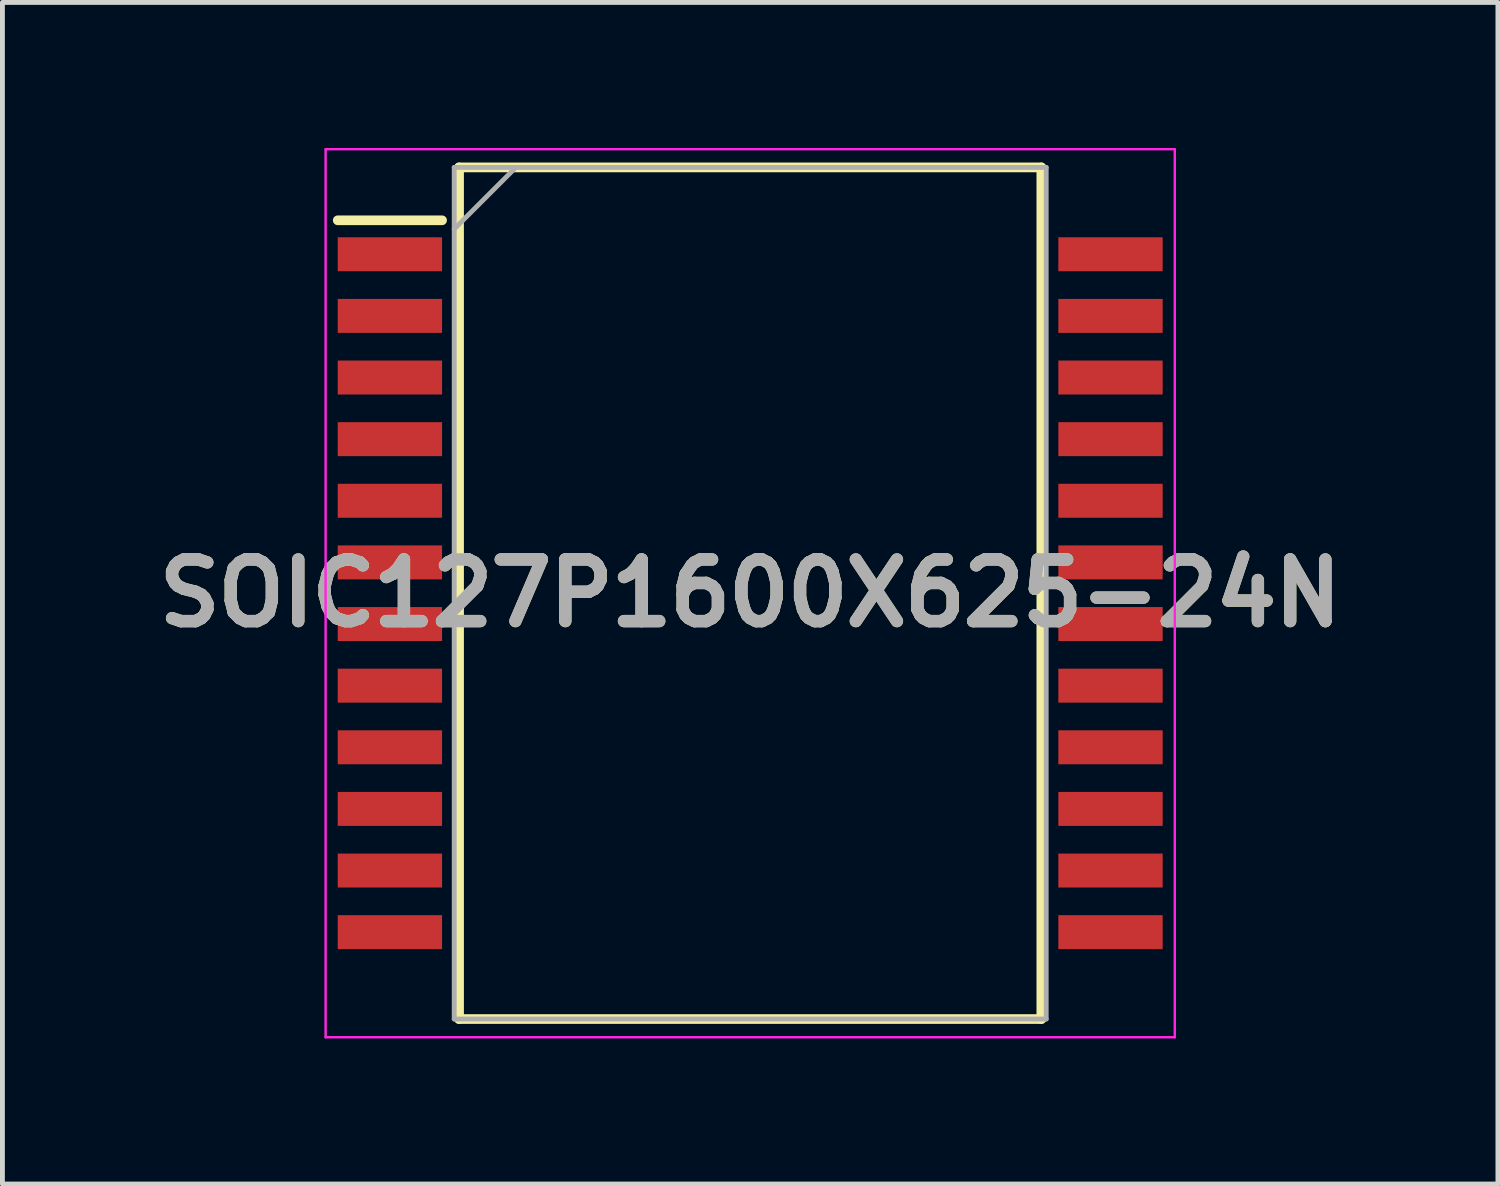
<source format=kicad_pcb>
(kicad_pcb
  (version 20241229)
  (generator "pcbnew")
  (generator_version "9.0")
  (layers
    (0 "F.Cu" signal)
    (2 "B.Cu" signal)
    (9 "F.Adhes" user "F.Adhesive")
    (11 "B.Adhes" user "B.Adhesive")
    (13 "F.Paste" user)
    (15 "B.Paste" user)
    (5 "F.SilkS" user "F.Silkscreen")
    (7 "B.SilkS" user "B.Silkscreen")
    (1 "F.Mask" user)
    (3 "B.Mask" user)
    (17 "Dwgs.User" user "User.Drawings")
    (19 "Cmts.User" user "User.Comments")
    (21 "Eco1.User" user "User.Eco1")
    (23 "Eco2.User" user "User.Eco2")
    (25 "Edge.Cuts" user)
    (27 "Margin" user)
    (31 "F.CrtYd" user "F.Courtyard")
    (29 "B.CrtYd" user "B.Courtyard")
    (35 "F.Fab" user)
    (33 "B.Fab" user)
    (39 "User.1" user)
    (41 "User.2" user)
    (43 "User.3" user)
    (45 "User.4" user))
  (footprint "SOIC127P1600X625-24N"
    (layer "F.Cu")
    (at 12.41 9.175)
    (property "Reference" "SOIC127P1600X625-24N" (at 0 0 0) (layer "F.SilkS") (effects (font (size 1.27 1.27) (thickness 0.254))))
    (attr smd)
    (fp_line (start -8.5 -7.685) (end -6.35 -7.685) (stroke (width 0.2) (type solid)) (layer "F.SilkS"))
    (fp_line (start -6 -8.775) (end 6 -8.775) (stroke (width 0.2) (type solid)) (layer "F.SilkS"))
    (fp_line (start -6 8.775) (end -6 -8.775) (stroke (width 0.2) (type solid)) (layer "F.SilkS"))
    (fp_line (start 6 -8.775) (end 6 8.775) (stroke (width 0.2) (type solid)) (layer "F.SilkS"))
    (fp_line (start 6 8.775) (end -6 8.775) (stroke (width 0.2) (type solid)) (layer "F.SilkS"))
    (fp_line (start -8.75 -9.15) (end 8.75 -9.15) (stroke (width 0.05) (type solid)) (layer "F.CrtYd"))
    (fp_line (start -8.75 9.15) (end -8.75 -9.15) (stroke (width 0.05) (type solid)) (layer "F.CrtYd"))
    (fp_line (start 8.75 -9.15) (end 8.75 9.15) (stroke (width 0.05) (type solid)) (layer "F.CrtYd"))
    (fp_line (start 8.75 9.15) (end -8.75 9.15) (stroke (width 0.05) (type solid)) (layer "F.CrtYd"))
    (fp_line (start -6.1 -8.775) (end 6.1 -8.775) (stroke (width 0.1) (type solid)) (layer "F.Fab"))
    (fp_line (start -6.1 -7.505) (end -4.83 -8.775) (stroke (width 0.1) (type solid)) (layer "F.Fab"))
    (fp_line (start -6.1 8.775) (end -6.1 -8.775) (stroke (width 0.1) (type solid)) (layer "F.Fab"))
    (fp_line (start 6.1 -8.775) (end 6.1 8.775) (stroke (width 0.1) (type solid)) (layer "F.Fab"))
    (fp_line (start 6.1 8.775) (end -6.1 8.775) (stroke (width 0.1) (type solid)) (layer "F.Fab"))
    (fp_text user "${REFERENCE}" (at 0 0 0) (layer "F.Fab") (effects (font (size 1.27 1.27) (thickness 0.254))))
    (pad "1" smd rect (at -7.425 -6.985 90) (size 0.7 2.15) (layers "F.Cu" "F.Mask" "F.Paste"))
    (pad "2" smd rect (at -7.425 -5.715 90) (size 0.7 2.15) (layers "F.Cu" "F.Mask" "F.Paste"))
    (pad "3" smd rect (at -7.425 -4.445 90) (size 0.7 2.15) (layers "F.Cu" "F.Mask" "F.Paste"))
    (pad "4" smd rect (at -7.425 -3.175 90) (size 0.7 2.15) (layers "F.Cu" "F.Mask" "F.Paste"))
    (pad "5" smd rect (at -7.425 -1.905 90) (size 0.7 2.15) (layers "F.Cu" "F.Mask" "F.Paste"))
    (pad "6" smd rect (at -7.425 -0.635 90) (size 0.7 2.15) (layers "F.Cu" "F.Mask" "F.Paste"))
    (pad "7" smd rect (at -7.425 0.635 90) (size 0.7 2.15) (layers "F.Cu" "F.Mask" "F.Paste"))
    (pad "8" smd rect (at -7.425 1.905 90) (size 0.7 2.15) (layers "F.Cu" "F.Mask" "F.Paste"))
    (pad "9" smd rect (at -7.425 3.175 90) (size 0.7 2.15) (layers "F.Cu" "F.Mask" "F.Paste"))
    (pad "10" smd rect (at -7.425 4.445 90) (size 0.7 2.15) (layers "F.Cu" "F.Mask" "F.Paste"))
    (pad "11" smd rect (at -7.425 5.715 90) (size 0.7 2.15) (layers "F.Cu" "F.Mask" "F.Paste"))
    (pad "12" smd rect (at -7.425 6.985 90) (size 0.7 2.15) (layers "F.Cu" "F.Mask" "F.Paste"))
    (pad "13" smd rect (at 7.425 6.985 90) (size 0.7 2.15) (layers "F.Cu" "F.Mask" "F.Paste"))
    (pad "14" smd rect (at 7.425 5.715 90) (size 0.7 2.15) (layers "F.Cu" "F.Mask" "F.Paste"))
    (pad "15" smd rect (at 7.425 4.445 90) (size 0.7 2.15) (layers "F.Cu" "F.Mask" "F.Paste"))
    (pad "16" smd rect (at 7.425 3.175 90) (size 0.7 2.15) (layers "F.Cu" "F.Mask" "F.Paste"))
    (pad "17" smd rect (at 7.425 1.905 90) (size 0.7 2.15) (layers "F.Cu" "F.Mask" "F.Paste"))
    (pad "18" smd rect (at 7.425 0.635 90) (size 0.7 2.15) (layers "F.Cu" "F.Mask" "F.Paste"))
    (pad "19" smd rect (at 7.425 -0.635 90) (size 0.7 2.15) (layers "F.Cu" "F.Mask" "F.Paste"))
    (pad "20" smd rect (at 7.425 -1.905 90) (size 0.7 2.15) (layers "F.Cu" "F.Mask" "F.Paste"))
    (pad "21" smd rect (at 7.425 -3.175 90) (size 0.7 2.15) (layers "F.Cu" "F.Mask" "F.Paste"))
    (pad "22" smd rect (at 7.425 -4.445 90) (size 0.7 2.15) (layers "F.Cu" "F.Mask" "F.Paste"))
    (pad "23" smd rect (at 7.425 -5.715 90) (size 0.7 2.15) (layers "F.Cu" "F.Mask" "F.Paste"))
    (pad "24" smd rect (at 7.425 -6.985 90) (size 0.7 2.15) (layers "F.Cu" "F.Mask" "F.Paste")))
  (gr_rect
    (start -3 -3)
    (end 27.819 21.35)
    (stroke (width 0.1) (type default))
    (fill no)
    (layer "Edge.Cuts")))
</source>
